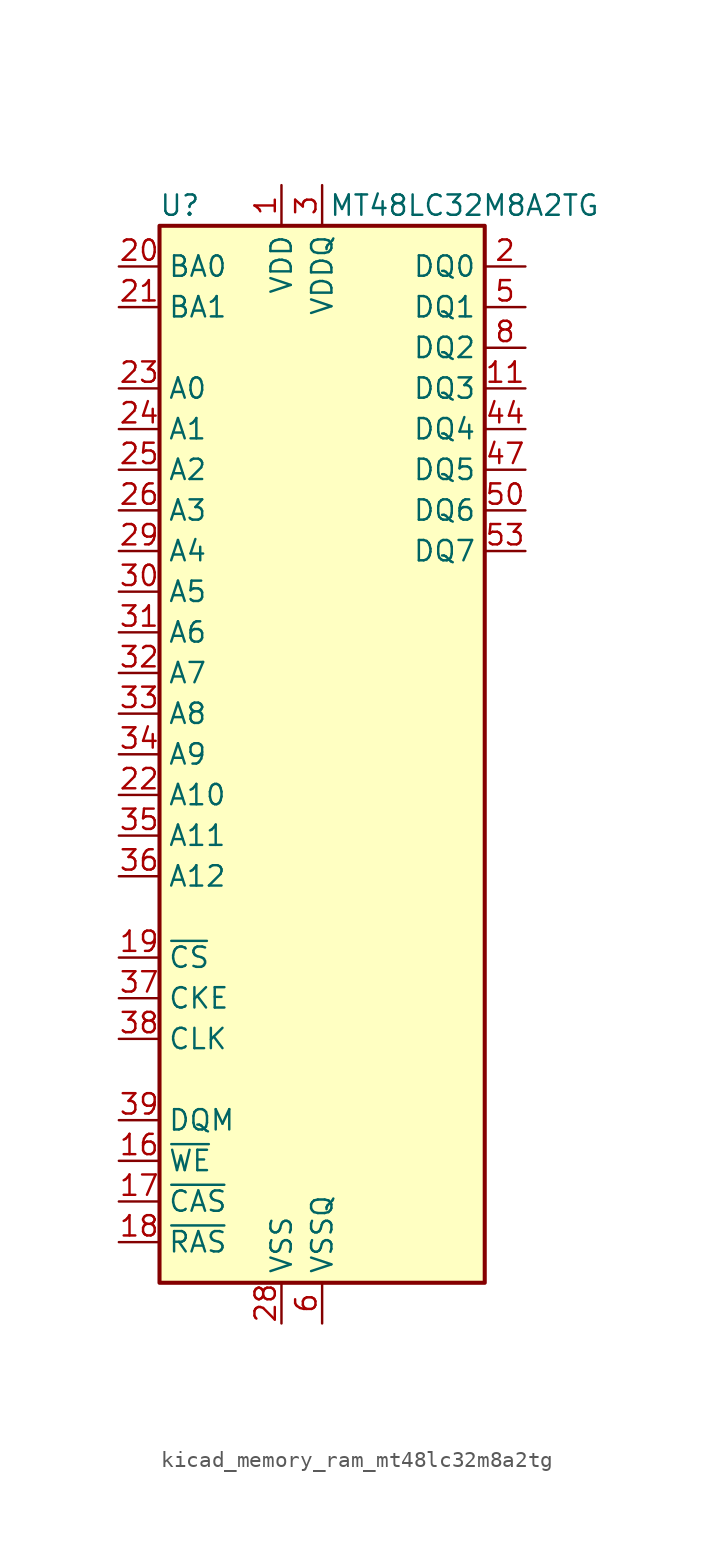
<source format=kicad_sym>
(kicad_symbol_lib
  (version 20220914)
  (generator kicad_symbol_editor)
  (symbol "kicad_memory_ram_mt48lc32m8a2tg"
    (property "Reference" "U"
      (at -8.89 34.29 0)
      (effects (font (size 1.27 1.27))))
    (property "Value" "MT48LC32M8A2TG"
      (at 8.89 34.29 0)
      (effects (font (size 1.27 1.27))))
    (symbol "kicad_memory_ram_mt48lc32m8a2tg_0_1"
      (rectangle (start -10.16 33.02) (end 10.16 -33.02) (stroke (width 0.254) (type default)) (fill (type background))))
    (symbol "kicad_memory_ram_mt48lc32m8a2tg_1_1"
      (pin power_in line (at -2.54 35.56 270) (length 2.54) (name "VDD" (effects (font (size 1.27 1.27)))) (number "1" (effects (font (size 1.27 1.27)))))
      (pin no_connect line (at 10.16 2.54 180) (length 2.54) hide (name "NC" (effects (font (size 1.27 1.27)))) (number "10" (effects (font (size 1.27 1.27)))))
      (pin bidirectional line (at 12.7 22.86 180) (length 2.54) (name "DQ3" (effects (font (size 1.27 1.27)))) (number "11" (effects (font (size 1.27 1.27)))))
      (pin passive line (at 0 -35.56 90) (length 2.54) hide (name "VSSQ" (effects (font (size 1.27 1.27)))) (number "12" (effects (font (size 1.27 1.27)))))
      (pin no_connect line (at 10.16 7.62 180) (length 2.54) hide (name "NC" (effects (font (size 1.27 1.27)))) (number "13" (effects (font (size 1.27 1.27)))))
      (pin passive line (at -2.54 35.56 270) (length 2.54) hide (name "VDD" (effects (font (size 1.27 1.27)))) (number "14" (effects (font (size 1.27 1.27)))))
      (pin no_connect line (at -10.16 -20.32 0) (length 2.54) hide (name "NC" (effects (font (size 1.27 1.27)))) (number "15" (effects (font (size 1.27 1.27)))))
      (pin input line (at -12.7 -25.4 0) (length 2.54) (name "~{WE}" (effects (font (size 1.27 1.27)))) (number "16" (effects (font (size 1.27 1.27)))))
      (pin input line (at -12.7 -27.94 0) (length 2.54) (name "~{CAS}" (effects (font (size 1.27 1.27)))) (number "17" (effects (font (size 1.27 1.27)))))
      (pin input line (at -12.7 -30.48 0) (length 2.54) (name "~{RAS}" (effects (font (size 1.27 1.27)))) (number "18" (effects (font (size 1.27 1.27)))))
      (pin input line (at -12.7 -12.7 0) (length 2.54) (name "~{CS}" (effects (font (size 1.27 1.27)))) (number "19" (effects (font (size 1.27 1.27)))))
      (pin bidirectional line (at 12.7 30.48 180) (length 2.54) (name "DQ0" (effects (font (size 1.27 1.27)))) (number "2" (effects (font (size 1.27 1.27)))))
      (pin input line (at -12.7 30.48 0) (length 2.54) (name "BA0" (effects (font (size 1.27 1.27)))) (number "20" (effects (font (size 1.27 1.27)))))
      (pin input line (at -12.7 27.94 0) (length 2.54) (name "BA1" (effects (font (size 1.27 1.27)))) (number "21" (effects (font (size 1.27 1.27)))))
      (pin input line (at -12.7 -2.54 0) (length 2.54) (name "A10" (effects (font (size 1.27 1.27)))) (number "22" (effects (font (size 1.27 1.27)))))
      (pin input line (at -12.7 22.86 0) (length 2.54) (name "A0" (effects (font (size 1.27 1.27)))) (number "23" (effects (font (size 1.27 1.27)))))
      (pin input line (at -12.7 20.32 0) (length 2.54) (name "A1" (effects (font (size 1.27 1.27)))) (number "24" (effects (font (size 1.27 1.27)))))
      (pin input line (at -12.7 17.78 0) (length 2.54) (name "A2" (effects (font (size 1.27 1.27)))) (number "25" (effects (font (size 1.27 1.27)))))
      (pin input line (at -12.7 15.24 0) (length 2.54) (name "A3" (effects (font (size 1.27 1.27)))) (number "26" (effects (font (size 1.27 1.27)))))
      (pin passive line (at -2.54 35.56 270) (length 2.54) hide (name "VDD" (effects (font (size 1.27 1.27)))) (number "27" (effects (font (size 1.27 1.27)))))
      (pin power_in line (at -2.54 -35.56 90) (length 2.54) (name "VSS" (effects (font (size 1.27 1.27)))) (number "28" (effects (font (size 1.27 1.27)))))
      (pin input line (at -12.7 12.7 0) (length 2.54) (name "A4" (effects (font (size 1.27 1.27)))) (number "29" (effects (font (size 1.27 1.27)))))
      (pin power_in line (at 0 35.56 270) (length 2.54) (name "VDDQ" (effects (font (size 1.27 1.27)))) (number "3" (effects (font (size 1.27 1.27)))))
      (pin input line (at -12.7 10.16 0) (length 2.54) (name "A5" (effects (font (size 1.27 1.27)))) (number "30" (effects (font (size 1.27 1.27)))))
      (pin input line (at -12.7 7.62 0) (length 2.54) (name "A6" (effects (font (size 1.27 1.27)))) (number "31" (effects (font (size 1.27 1.27)))))
      (pin input line (at -12.7 5.08 0) (length 2.54) (name "A7" (effects (font (size 1.27 1.27)))) (number "32" (effects (font (size 1.27 1.27)))))
      (pin input line (at -12.7 2.54 0) (length 2.54) (name "A8" (effects (font (size 1.27 1.27)))) (number "33" (effects (font (size 1.27 1.27)))))
      (pin input line (at -12.7 0 0) (length 2.54) (name "A9" (effects (font (size 1.27 1.27)))) (number "34" (effects (font (size 1.27 1.27)))))
      (pin input line (at -12.7 -5.08 0) (length 2.54) (name "A11" (effects (font (size 1.27 1.27)))) (number "35" (effects (font (size 1.27 1.27)))))
      (pin input line (at -12.7 -7.62 0) (length 2.54) (name "A12" (effects (font (size 1.27 1.27)))) (number "36" (effects (font (size 1.27 1.27)))))
      (pin input line (at -12.7 -15.24 0) (length 2.54) (name "CKE" (effects (font (size 1.27 1.27)))) (number "37" (effects (font (size 1.27 1.27)))))
      (pin input line (at -12.7 -17.78 0) (length 2.54) (name "CLK" (effects (font (size 1.27 1.27)))) (number "38" (effects (font (size 1.27 1.27)))))
      (pin input line (at -12.7 -22.86 0) (length 2.54) (name "DQM" (effects (font (size 1.27 1.27)))) (number "39" (effects (font (size 1.27 1.27)))))
      (pin no_connect line (at 10.16 -7.62 180) (length 2.54) hide (name "NC" (effects (font (size 1.27 1.27)))) (number "4" (effects (font (size 1.27 1.27)))))
      (pin no_connect line (at 10.16 -20.32 180) (length 2.54) hide (name "NC" (effects (font (size 1.27 1.27)))) (number "40" (effects (font (size 1.27 1.27)))))
      (pin passive line (at -2.54 -35.56 90) (length 2.54) hide (name "VSS" (effects (font (size 1.27 1.27)))) (number "41" (effects (font (size 1.27 1.27)))))
      (pin no_connect line (at 10.16 10.16 180) (length 2.54) hide (name "NC" (effects (font (size 1.27 1.27)))) (number "42" (effects (font (size 1.27 1.27)))))
      (pin passive line (at 0 35.56 270) (length 2.54) hide (name "VDDQ" (effects (font (size 1.27 1.27)))) (number "43" (effects (font (size 1.27 1.27)))))
      (pin bidirectional line (at 12.7 20.32 180) (length 2.54) (name "DQ4" (effects (font (size 1.27 1.27)))) (number "44" (effects (font (size 1.27 1.27)))))
      (pin no_connect line (at 10.16 5.08 180) (length 2.54) hide (name "NC" (effects (font (size 1.27 1.27)))) (number "45" (effects (font (size 1.27 1.27)))))
      (pin passive line (at 0 -35.56 90) (length 2.54) hide (name "VSSQ" (effects (font (size 1.27 1.27)))) (number "46" (effects (font (size 1.27 1.27)))))
      (pin bidirectional line (at 12.7 17.78 180) (length 2.54) (name "DQ5" (effects (font (size 1.27 1.27)))) (number "47" (effects (font (size 1.27 1.27)))))
      (pin no_connect line (at 10.16 0 180) (length 2.54) hide (name "NC" (effects (font (size 1.27 1.27)))) (number "48" (effects (font (size 1.27 1.27)))))
      (pin passive line (at 0 35.56 270) (length 2.54) hide (name "VDDQ" (effects (font (size 1.27 1.27)))) (number "49" (effects (font (size 1.27 1.27)))))
      (pin bidirectional line (at 12.7 27.94 180) (length 2.54) (name "DQ1" (effects (font (size 1.27 1.27)))) (number "5" (effects (font (size 1.27 1.27)))))
      (pin bidirectional line (at 12.7 15.24 180) (length 2.54) (name "DQ6" (effects (font (size 1.27 1.27)))) (number "50" (effects (font (size 1.27 1.27)))))
      (pin no_connect line (at 10.16 -5.08 180) (length 2.54) hide (name "NC" (effects (font (size 1.27 1.27)))) (number "51" (effects (font (size 1.27 1.27)))))
      (pin passive line (at 0 -35.56 90) (length 2.54) hide (name "VSSQ" (effects (font (size 1.27 1.27)))) (number "52" (effects (font (size 1.27 1.27)))))
      (pin bidirectional line (at 12.7 12.7 180) (length 2.54) (name "DQ7" (effects (font (size 1.27 1.27)))) (number "53" (effects (font (size 1.27 1.27)))))
      (pin passive line (at -2.54 -35.56 90) (length 2.54) hide (name "VSS" (effects (font (size 1.27 1.27)))) (number "54" (effects (font (size 1.27 1.27)))))
      (pin power_in line (at 0 -35.56 90) (length 2.54) (name "VSSQ" (effects (font (size 1.27 1.27)))) (number "6" (effects (font (size 1.27 1.27)))))
      (pin no_connect line (at 10.16 -2.54 180) (length 2.54) hide (name "NC" (effects (font (size 1.27 1.27)))) (number "7" (effects (font (size 1.27 1.27)))))
      (pin bidirectional line (at 12.7 25.4 180) (length 2.54) (name "DQ2" (effects (font (size 1.27 1.27)))) (number "8" (effects (font (size 1.27 1.27)))))
      (pin passive line (at 0 35.56 270) (length 2.54) hide (name "VDDQ" (effects (font (size 1.27 1.27)))) (number "9" (effects (font (size 1.27 1.27))))))))
</source>
